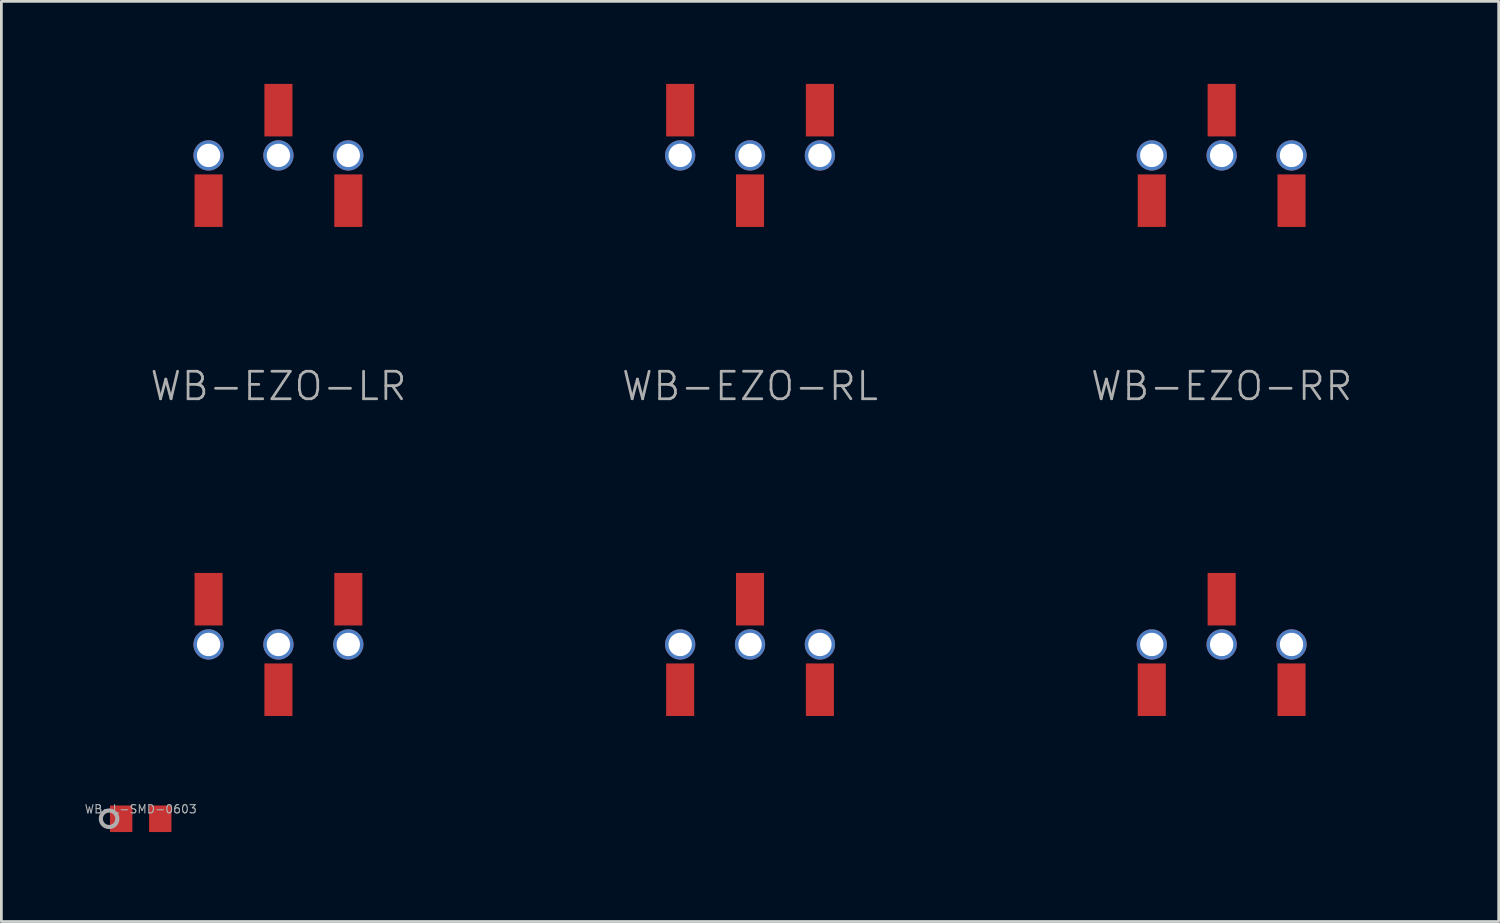
<source format=kicad_pcb>
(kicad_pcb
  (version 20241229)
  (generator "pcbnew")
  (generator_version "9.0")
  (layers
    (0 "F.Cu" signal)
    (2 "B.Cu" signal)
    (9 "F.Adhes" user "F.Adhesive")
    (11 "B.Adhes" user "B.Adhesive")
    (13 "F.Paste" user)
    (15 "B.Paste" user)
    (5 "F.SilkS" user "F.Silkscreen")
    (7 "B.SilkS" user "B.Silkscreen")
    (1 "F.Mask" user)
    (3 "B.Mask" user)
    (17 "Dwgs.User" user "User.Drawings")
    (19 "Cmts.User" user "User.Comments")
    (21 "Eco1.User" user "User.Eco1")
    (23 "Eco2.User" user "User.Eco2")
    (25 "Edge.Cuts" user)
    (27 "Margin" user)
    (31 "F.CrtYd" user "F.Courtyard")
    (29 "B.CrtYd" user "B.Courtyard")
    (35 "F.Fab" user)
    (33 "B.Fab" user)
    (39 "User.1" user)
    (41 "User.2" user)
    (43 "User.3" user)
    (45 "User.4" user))
  (footprint "WB-EZO-RR"
    (layer "F.Cu")
    (at 41.364 11.49)
    (property "Reference" "WB-EZO-RR" (at 0 -0.5 0) (layer "F.Fab") (effects (font (size 1 1) (thickness 0.1))))
    (attr smd)
    (fp_line (start -6.998 -10.16) (end -6.998 10.16) (stroke (width 0.15) (type solid)) (layer "Eco1.User"))
    (fp_line (start -6.998 -10.16) (end 6.998 -10.16) (stroke (width 0.15) (type solid)) (layer "Eco1.User"))
    (fp_line (start -6.998 10.16) (end 6.998 10.16) (stroke (width 0.15) (type solid)) (layer "Eco1.User"))
    (fp_line (start -3.81 -10.14) (end -3.81 -7.64) (stroke (width 0.15) (type solid)) (layer "Eco1.User"))
    (fp_line (start -3.81 -10.14) (end 3.81 -10.14) (stroke (width 0.15) (type solid)) (layer "Eco1.User"))
    (fp_line (start -3.81 -7.64) (end 3.81 -7.64) (stroke (width 0.15) (type solid)) (layer "Eco1.User"))
    (fp_line (start -3.81 7.64) (end -3.81 10.14) (stroke (width 0.15) (type solid)) (layer "Eco1.User"))
    (fp_line (start -3.81 7.64) (end 3.81 7.64) (stroke (width 0.15) (type solid)) (layer "Eco1.User"))
    (fp_line (start -3.81 10.14) (end 3.81 10.14) (stroke (width 0.15) (type solid)) (layer "Eco1.User"))
    (fp_line (start 3.81 -10.14) (end 3.81 -7.64) (stroke (width 0.15) (type solid)) (layer "Eco1.User"))
    (fp_line (start 3.81 7.64) (end 3.81 10.14) (stroke (width 0.15) (type solid)) (layer "Eco1.User"))
    (fp_line (start 6.998 -10.16) (end 6.998 10.16) (stroke (width 0.15) (type solid)) (layer "Eco1.User"))
    (fp_circle (center -2.54 -8.89) (end -1.905 -8.89) (stroke (width 0.15) (type solid)) (fill no) (layer "Eco1.User"))
    (fp_circle (center -2.54 8.89) (end -1.905 8.89) (stroke (width 0.15) (type solid)) (fill no) (layer "Eco1.User"))
    (fp_circle (center 0 -8.89) (end 0.635 -8.89) (stroke (width 0.15) (type solid)) (fill no) (layer "Eco1.User"))
    (fp_circle (center 0 8.89) (end 0.635 8.89) (stroke (width 0.15) (type solid)) (fill no) (layer "Eco1.User"))
    (fp_circle (center 2.54 -8.89) (end 3.175 -8.89) (stroke (width 0.15) (type solid)) (fill no) (layer "Eco1.User"))
    (fp_circle (center 2.54 8.89) (end 3.175 8.89) (stroke (width 0.15) (type solid)) (fill no) (layer "Eco1.User"))
    (pad "1" thru_hole circle (at -2.54 -8.89) (size 1.1 1.1) (drill 0.85) (layers "*.Cu" "*.Mask"))
    (pad "1" smd rect (at -2.54 -7.245) (size 1.02 1.91) (layers "F.Cu" "F.Mask" "F.Paste"))
    (pad "2" smd rect (at 0 -10.535) (size 1.02 1.91) (layers "F.Cu" "F.Mask" "F.Paste"))
    (pad "2" thru_hole circle (at 0 -8.89) (size 1.1 1.1) (drill 0.85) (layers "*.Cu" "*.Mask"))
    (pad "3" thru_hole circle (at 2.54 -8.89) (size 1.1 1.1) (drill 0.85) (layers "*.Cu" "*.Mask"))
    (pad "3" smd rect (at 2.54 -7.245) (size 1.02 1.91) (layers "F.Cu" "F.Mask" "F.Paste"))
    (pad "4" thru_hole circle (at -2.54 8.89) (size 1.1 1.1) (drill 0.85) (layers "*.Cu" "*.Mask"))
    (pad "4" smd rect (at -2.54 10.535) (size 1.02 1.91) (layers "F.Cu" "F.Mask" "F.Paste"))
    (pad "5" smd rect (at 0 7.245) (size 1.02 1.91) (layers "F.Cu" "F.Mask" "F.Paste"))
    (pad "5" thru_hole circle (at 0 8.89) (size 1.1 1.1) (drill 0.85) (layers "*.Cu" "*.Mask"))
    (pad "6" thru_hole circle (at 2.54 8.89) (size 1.1 1.1) (drill 0.85) (layers "*.Cu" "*.Mask"))
    (pad "6" smd rect (at 2.54 10.535) (size 1.02 1.91) (layers "F.Cu" "F.Mask" "F.Paste")))
  (footprint "WB-L-SMD-0603"
    (layer "F.Cu")
    (at 2.066 26.717)
    (property "Reference" "WB-L-SMD-0603" (at 0 -0.35 0) (layer "F.Fab") (effects (font (size 0.3 0.3) (thickness 0.04))))
    (attr smd)
    (fp_line (start -1.308 -0.673) (end 1.308 -0.673) (stroke (width 0.127) (type solid)) (layer "Eco1.User"))
    (fp_line (start -1.308 0.673) (end -1.308 -0.673) (stroke (width 0.127) (type solid)) (layer "Eco1.User"))
    (fp_line (start 1.308 -0.673) (end 1.308 0.673) (stroke (width 0.127) (type solid)) (layer "Eco1.User"))
    (fp_line (start 1.308 0.673) (end -1.308 0.673) (stroke (width 0.127) (type solid)) (layer "Eco1.User"))
    (fp_circle (center -1.15 0) (end -0.85 0) (stroke (width 0.15) (type solid)) (fill no) (layer "F.Fab"))
    (pad "1" smd rect (at -0.711 0) (size 0.813 0.965) (layers "F.Cu" "F.Mask" "F.Paste"))
    (pad "2" smd rect (at 0.711 0) (size 0.813 0.965) (layers "F.Cu" "F.Mask" "F.Paste")))
  (footprint "WB-EZO-LR"
    (layer "F.Cu")
    (at 7.073 11.49)
    (property "Reference" "WB-EZO-LR" (at 0 -0.5 0) (layer "F.Fab") (effects (font (size 1 1) (thickness 0.1))))
    (attr smd)
    (fp_line (start -6.998 -10.16) (end -6.998 10.16) (stroke (width 0.15) (type solid)) (layer "Eco1.User"))
    (fp_line (start -6.998 -10.16) (end 6.998 -10.16) (stroke (width 0.15) (type solid)) (layer "Eco1.User"))
    (fp_line (start -6.998 10.16) (end 6.998 10.16) (stroke (width 0.15) (type solid)) (layer "Eco1.User"))
    (fp_line (start -3.81 -10.14) (end -3.81 -7.64) (stroke (width 0.15) (type solid)) (layer "Eco1.User"))
    (fp_line (start -3.81 -10.14) (end 3.81 -10.14) (stroke (width 0.15) (type solid)) (layer "Eco1.User"))
    (fp_line (start -3.81 -7.64) (end 3.81 -7.64) (stroke (width 0.15) (type solid)) (layer "Eco1.User"))
    (fp_line (start -3.81 7.64) (end -3.81 10.14) (stroke (width 0.15) (type solid)) (layer "Eco1.User"))
    (fp_line (start -3.81 7.64) (end 3.81 7.64) (stroke (width 0.15) (type solid)) (layer "Eco1.User"))
    (fp_line (start -3.81 10.14) (end 3.81 10.14) (stroke (width 0.15) (type solid)) (layer "Eco1.User"))
    (fp_line (start 3.81 -10.14) (end 3.81 -7.64) (stroke (width 0.15) (type solid)) (layer "Eco1.User"))
    (fp_line (start 3.81 7.64) (end 3.81 10.14) (stroke (width 0.15) (type solid)) (layer "Eco1.User"))
    (fp_line (start 6.998 -10.16) (end 6.998 10.16) (stroke (width 0.15) (type solid)) (layer "Eco1.User"))
    (fp_circle (center -2.54 -8.89) (end -1.905 -8.89) (stroke (width 0.15) (type solid)) (fill no) (layer "Eco1.User"))
    (fp_circle (center -2.54 8.89) (end -1.905 8.89) (stroke (width 0.15) (type solid)) (fill no) (layer "Eco1.User"))
    (fp_circle (center 0 -8.89) (end 0.635 -8.89) (stroke (width 0.15) (type solid)) (fill no) (layer "Eco1.User"))
    (fp_circle (center 0 8.89) (end 0.635 8.89) (stroke (width 0.15) (type solid)) (fill no) (layer "Eco1.User"))
    (fp_circle (center 2.54 -8.89) (end 3.175 -8.89) (stroke (width 0.15) (type solid)) (fill no) (layer "Eco1.User"))
    (fp_circle (center 2.54 8.89) (end 3.175 8.89) (stroke (width 0.15) (type solid)) (fill no) (layer "Eco1.User"))
    (pad "1" thru_hole circle (at -2.54 -8.89) (size 1.1 1.1) (drill 0.85) (layers "*.Cu" "*.Mask"))
    (pad "1" smd rect (at -2.54 -7.245) (size 1.02 1.91) (layers "F.Cu" "F.Mask" "F.Paste"))
    (pad "2" smd rect (at 0 -10.535) (size 1.02 1.91) (layers "F.Cu" "F.Mask" "F.Paste"))
    (pad "2" thru_hole circle (at 0 -8.89) (size 1.1 1.1) (drill 0.85) (layers "*.Cu" "*.Mask"))
    (pad "3" thru_hole circle (at 2.54 -8.89) (size 1.1 1.1) (drill 0.85) (layers "*.Cu" "*.Mask"))
    (pad "3" smd rect (at 2.54 -7.245) (size 1.02 1.91) (layers "F.Cu" "F.Mask" "F.Paste"))
    (pad "4" smd rect (at -2.54 7.245) (size 1.02 1.91) (layers "F.Cu" "F.Mask" "F.Paste"))
    (pad "4" thru_hole circle (at -2.54 8.89) (size 1.1 1.1) (drill 0.85) (layers "*.Cu" "*.Mask"))
    (pad "5" thru_hole circle (at 0 8.89) (size 1.1 1.1) (drill 0.85) (layers "*.Cu" "*.Mask"))
    (pad "5" smd rect (at 0 10.535) (size 1.02 1.91) (layers "F.Cu" "F.Mask" "F.Paste"))
    (pad "6" smd rect (at 2.54 7.245) (size 1.02 1.91) (layers "F.Cu" "F.Mask" "F.Paste"))
    (pad "6" thru_hole circle (at 2.54 8.89) (size 1.1 1.1) (drill 0.85) (layers "*.Cu" "*.Mask")))
  (footprint "WB-EZO-RL"
    (layer "F.Cu")
    (at 24.218 11.49)
    (property "Reference" "WB-EZO-RL" (at 0 -0.5 0) (layer "F.Fab") (effects (font (size 1 1) (thickness 0.1))))
    (attr smd)
    (fp_line (start -6.998 -10.16) (end -6.998 10.16) (stroke (width 0.15) (type solid)) (layer "Eco1.User"))
    (fp_line (start -6.998 -10.16) (end 6.998 -10.16) (stroke (width 0.15) (type solid)) (layer "Eco1.User"))
    (fp_line (start -6.998 10.16) (end 6.998 10.16) (stroke (width 0.15) (type solid)) (layer "Eco1.User"))
    (fp_line (start -3.81 -10.14) (end -3.81 -7.64) (stroke (width 0.15) (type solid)) (layer "Eco1.User"))
    (fp_line (start -3.81 -10.14) (end 3.81 -10.14) (stroke (width 0.15) (type solid)) (layer "Eco1.User"))
    (fp_line (start -3.81 -7.64) (end 3.81 -7.64) (stroke (width 0.15) (type solid)) (layer "Eco1.User"))
    (fp_line (start -3.81 7.64) (end -3.81 10.14) (stroke (width 0.15) (type solid)) (layer "Eco1.User"))
    (fp_line (start -3.81 7.64) (end 3.81 7.64) (stroke (width 0.15) (type solid)) (layer "Eco1.User"))
    (fp_line (start -3.81 10.14) (end 3.81 10.14) (stroke (width 0.15) (type solid)) (layer "Eco1.User"))
    (fp_line (start 3.81 -10.14) (end 3.81 -7.64) (stroke (width 0.15) (type solid)) (layer "Eco1.User"))
    (fp_line (start 3.81 7.64) (end 3.81 10.14) (stroke (width 0.15) (type solid)) (layer "Eco1.User"))
    (fp_line (start 6.998 -10.16) (end 6.998 10.16) (stroke (width 0.15) (type solid)) (layer "Eco1.User"))
    (fp_circle (center -2.54 -8.89) (end -1.905 -8.89) (stroke (width 0.15) (type solid)) (fill no) (layer "Eco1.User"))
    (fp_circle (center -2.54 8.89) (end -1.905 8.89) (stroke (width 0.15) (type solid)) (fill no) (layer "Eco1.User"))
    (fp_circle (center 0 -8.89) (end 0.635 -8.89) (stroke (width 0.15) (type solid)) (fill no) (layer "Eco1.User"))
    (fp_circle (center 0 8.89) (end 0.635 8.89) (stroke (width 0.15) (type solid)) (fill no) (layer "Eco1.User"))
    (fp_circle (center 2.54 -8.89) (end 3.175 -8.89) (stroke (width 0.15) (type solid)) (fill no) (layer "Eco1.User"))
    (fp_circle (center 2.54 8.89) (end 3.175 8.89) (stroke (width 0.15) (type solid)) (fill no) (layer "Eco1.User"))
    (pad "1" smd rect (at -2.54 -10.535) (size 1.02 1.91) (layers "F.Cu" "F.Mask" "F.Paste"))
    (pad "1" thru_hole circle (at -2.54 -8.89) (size 1.1 1.1) (drill 0.85) (layers "*.Cu" "*.Mask"))
    (pad "2" thru_hole circle (at 0 -8.89) (size 1.1 1.1) (drill 0.85) (layers "*.Cu" "*.Mask"))
    (pad "2" smd rect (at 0 -7.245) (size 1.02 1.91) (layers "F.Cu" "F.Mask" "F.Paste"))
    (pad "3" smd rect (at 2.54 -10.535) (size 1.02 1.91) (layers "F.Cu" "F.Mask" "F.Paste"))
    (pad "3" thru_hole circle (at 2.54 -8.89) (size 1.1 1.1) (drill 0.85) (layers "*.Cu" "*.Mask"))
    (pad "4" thru_hole circle (at -2.54 8.89) (size 1.1 1.1) (drill 0.85) (layers "*.Cu" "*.Mask"))
    (pad "4" smd rect (at -2.54 10.535) (size 1.02 1.91) (layers "F.Cu" "F.Mask" "F.Paste"))
    (pad "5" smd rect (at 0 7.245) (size 1.02 1.91) (layers "F.Cu" "F.Mask" "F.Paste"))
    (pad "5" thru_hole circle (at 0 8.89) (size 1.1 1.1) (drill 0.85) (layers "*.Cu" "*.Mask"))
    (pad "6" thru_hole circle (at 2.54 8.89) (size 1.1 1.1) (drill 0.85) (layers "*.Cu" "*.Mask"))
    (pad "6" smd rect (at 2.54 10.535) (size 1.02 1.91) (layers "F.Cu" "F.Mask" "F.Paste")))
  (gr_rect
    (start -3 -3)
    (end 51.436 30.453)
    (stroke (width 0.1) (type default))
    (fill no)
    (layer "Edge.Cuts")))
</source>
